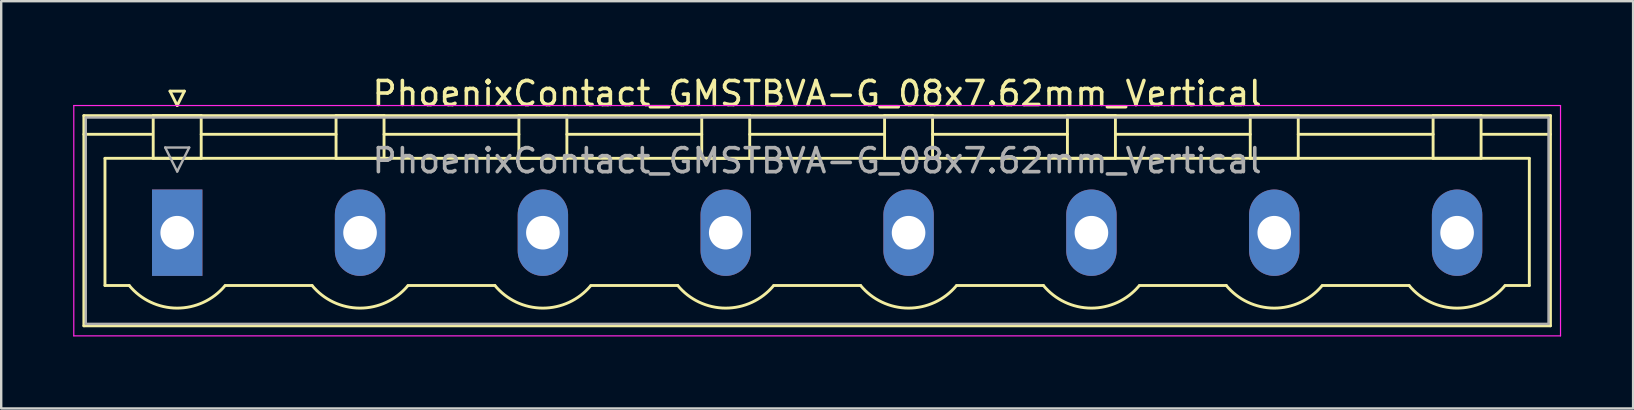
<source format=kicad_pcb>
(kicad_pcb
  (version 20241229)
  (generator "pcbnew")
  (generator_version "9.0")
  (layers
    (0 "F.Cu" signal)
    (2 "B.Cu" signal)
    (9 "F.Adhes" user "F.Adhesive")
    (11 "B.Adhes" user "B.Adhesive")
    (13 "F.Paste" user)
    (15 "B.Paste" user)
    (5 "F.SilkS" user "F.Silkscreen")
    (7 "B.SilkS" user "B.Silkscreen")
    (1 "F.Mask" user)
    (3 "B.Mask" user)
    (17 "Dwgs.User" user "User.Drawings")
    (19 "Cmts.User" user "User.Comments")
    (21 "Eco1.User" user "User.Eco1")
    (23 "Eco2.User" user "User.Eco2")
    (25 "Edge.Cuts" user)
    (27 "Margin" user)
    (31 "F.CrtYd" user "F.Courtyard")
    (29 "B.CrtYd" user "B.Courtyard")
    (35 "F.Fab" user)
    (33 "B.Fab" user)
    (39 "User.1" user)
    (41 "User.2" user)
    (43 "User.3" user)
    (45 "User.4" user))
  (footprint "PhoenixContact_GMSTBVA-G_08x7.62mm_Vertical"
    (layer "F.Cu")
    (at 4.335 6.648)
    (property "Reference" "PhoenixContact_GMSTBVA-G_08x7.62mm_Vertical" (at 26.67 -5.8 0) (layer "F.SilkS") (effects (font (size 1 1) (thickness 0.15))))
    (attr through_hole)
    (fp_line (start -3.89 -4.88) (end -3.89 3.88) (stroke (width 0.12) (type solid)) (layer "F.SilkS"))
    (fp_line (start -3.89 -4.1) (end -1.08 -4.1) (stroke (width 0.12) (type solid)) (layer "F.SilkS"))
    (fp_line (start -3.89 3.88) (end 57.23 3.88) (stroke (width 0.12) (type solid)) (layer "F.SilkS"))
    (fp_line (start -3.01 -3.1) (end 56.35 -3.1) (stroke (width 0.12) (type solid)) (layer "F.SilkS"))
    (fp_line (start -3.01 2.2) (end -3.01 -3.1) (stroke (width 0.12) (type solid)) (layer "F.SilkS"))
    (fp_line (start -2 2.2) (end -3.01 2.2) (stroke (width 0.12) (type solid)) (layer "F.SilkS"))
    (fp_line (start -1 -4.88) (end 1 -4.88) (stroke (width 0.12) (type solid)) (layer "F.SilkS"))
    (fp_line (start -1 -3.1) (end -1 -4.88) (stroke (width 0.12) (type solid)) (layer "F.SilkS"))
    (fp_line (start -0.3 -5.9) (end 0.3 -5.9) (stroke (width 0.12) (type solid)) (layer "F.SilkS"))
    (fp_line (start 0 -5.3) (end -0.3 -5.9) (stroke (width 0.12) (type solid)) (layer "F.SilkS"))
    (fp_line (start 0.3 -5.9) (end 0 -5.3) (stroke (width 0.12) (type solid)) (layer "F.SilkS"))
    (fp_line (start 1 -4.88) (end 1 -3.1) (stroke (width 0.12) (type solid)) (layer "F.SilkS"))
    (fp_line (start 1 -4.1) (end 6.62 -4.1) (stroke (width 0.12) (type solid)) (layer "F.SilkS"))
    (fp_line (start 1 -3.1) (end -1 -3.1) (stroke (width 0.12) (type solid)) (layer "F.SilkS"))
    (fp_line (start 2 2.2) (end 5.62 2.2) (stroke (width 0.12) (type solid)) (layer "F.SilkS"))
    (fp_line (start 6.62 -4.88) (end 8.62 -4.88) (stroke (width 0.12) (type solid)) (layer "F.SilkS"))
    (fp_line (start 6.62 -3.1) (end 6.62 -4.88) (stroke (width 0.12) (type solid)) (layer "F.SilkS"))
    (fp_line (start 8.62 -4.88) (end 8.62 -3.1) (stroke (width 0.12) (type solid)) (layer "F.SilkS"))
    (fp_line (start 8.62 -4.1) (end 14.24 -4.1) (stroke (width 0.12) (type solid)) (layer "F.SilkS"))
    (fp_line (start 8.62 -3.1) (end 6.62 -3.1) (stroke (width 0.12) (type solid)) (layer "F.SilkS"))
    (fp_line (start 9.62 2.2) (end 13.24 2.2) (stroke (width 0.12) (type solid)) (layer "F.SilkS"))
    (fp_line (start 14.24 -4.88) (end 16.24 -4.88) (stroke (width 0.12) (type solid)) (layer "F.SilkS"))
    (fp_line (start 14.24 -3.1) (end 14.24 -4.88) (stroke (width 0.12) (type solid)) (layer "F.SilkS"))
    (fp_line (start 16.24 -4.88) (end 16.24 -3.1) (stroke (width 0.12) (type solid)) (layer "F.SilkS"))
    (fp_line (start 16.24 -4.1) (end 21.86 -4.1) (stroke (width 0.12) (type solid)) (layer "F.SilkS"))
    (fp_line (start 16.24 -3.1) (end 14.24 -3.1) (stroke (width 0.12) (type solid)) (layer "F.SilkS"))
    (fp_line (start 17.24 2.2) (end 20.86 2.2) (stroke (width 0.12) (type solid)) (layer "F.SilkS"))
    (fp_line (start 21.86 -4.88) (end 23.86 -4.88) (stroke (width 0.12) (type solid)) (layer "F.SilkS"))
    (fp_line (start 21.86 -3.1) (end 21.86 -4.88) (stroke (width 0.12) (type solid)) (layer "F.SilkS"))
    (fp_line (start 23.86 -4.88) (end 23.86 -3.1) (stroke (width 0.12) (type solid)) (layer "F.SilkS"))
    (fp_line (start 23.86 -4.1) (end 29.48 -4.1) (stroke (width 0.12) (type solid)) (layer "F.SilkS"))
    (fp_line (start 23.86 -3.1) (end 21.86 -3.1) (stroke (width 0.12) (type solid)) (layer "F.SilkS"))
    (fp_line (start 24.86 2.2) (end 28.48 2.2) (stroke (width 0.12) (type solid)) (layer "F.SilkS"))
    (fp_line (start 29.48 -4.88) (end 31.48 -4.88) (stroke (width 0.12) (type solid)) (layer "F.SilkS"))
    (fp_line (start 29.48 -3.1) (end 29.48 -4.88) (stroke (width 0.12) (type solid)) (layer "F.SilkS"))
    (fp_line (start 31.48 -4.88) (end 31.48 -3.1) (stroke (width 0.12) (type solid)) (layer "F.SilkS"))
    (fp_line (start 31.48 -4.1) (end 37.1 -4.1) (stroke (width 0.12) (type solid)) (layer "F.SilkS"))
    (fp_line (start 31.48 -3.1) (end 29.48 -3.1) (stroke (width 0.12) (type solid)) (layer "F.SilkS"))
    (fp_line (start 32.48 2.2) (end 36.1 2.2) (stroke (width 0.12) (type solid)) (layer "F.SilkS"))
    (fp_line (start 37.1 -4.88) (end 39.1 -4.88) (stroke (width 0.12) (type solid)) (layer "F.SilkS"))
    (fp_line (start 37.1 -3.1) (end 37.1 -4.88) (stroke (width 0.12) (type solid)) (layer "F.SilkS"))
    (fp_line (start 39.1 -4.88) (end 39.1 -3.1) (stroke (width 0.12) (type solid)) (layer "F.SilkS"))
    (fp_line (start 39.1 -4.1) (end 44.72 -4.1) (stroke (width 0.12) (type solid)) (layer "F.SilkS"))
    (fp_line (start 39.1 -3.1) (end 37.1 -3.1) (stroke (width 0.12) (type solid)) (layer "F.SilkS"))
    (fp_line (start 40.1 2.2) (end 43.72 2.2) (stroke (width 0.12) (type solid)) (layer "F.SilkS"))
    (fp_line (start 44.72 -4.88) (end 46.72 -4.88) (stroke (width 0.12) (type solid)) (layer "F.SilkS"))
    (fp_line (start 44.72 -3.1) (end 44.72 -4.88) (stroke (width 0.12) (type solid)) (layer "F.SilkS"))
    (fp_line (start 46.72 -4.88) (end 46.72 -3.1) (stroke (width 0.12) (type solid)) (layer "F.SilkS"))
    (fp_line (start 46.72 -4.1) (end 52.34 -4.1) (stroke (width 0.12) (type solid)) (layer "F.SilkS"))
    (fp_line (start 46.72 -3.1) (end 44.72 -3.1) (stroke (width 0.12) (type solid)) (layer "F.SilkS"))
    (fp_line (start 47.72 2.2) (end 51.34 2.2) (stroke (width 0.12) (type solid)) (layer "F.SilkS"))
    (fp_line (start 52.34 -4.88) (end 54.34 -4.88) (stroke (width 0.12) (type solid)) (layer "F.SilkS"))
    (fp_line (start 52.34 -3.1) (end 52.34 -4.88) (stroke (width 0.12) (type solid)) (layer "F.SilkS"))
    (fp_line (start 54.34 -4.88) (end 54.34 -3.1) (stroke (width 0.12) (type solid)) (layer "F.SilkS"))
    (fp_line (start 54.34 -3.1) (end 52.34 -3.1) (stroke (width 0.12) (type solid)) (layer "F.SilkS"))
    (fp_line (start 56.35 -3.1) (end 56.35 2.2) (stroke (width 0.12) (type solid)) (layer "F.SilkS"))
    (fp_line (start 56.35 2.2) (end 55.34 2.2) (stroke (width 0.12) (type solid)) (layer "F.SilkS"))
    (fp_line (start 57.23 -4.88) (end -3.89 -4.88) (stroke (width 0.12) (type solid)) (layer "F.SilkS"))
    (fp_line (start 57.23 -4.1) (end 54.42 -4.1) (stroke (width 0.12) (type solid)) (layer "F.SilkS"))
    (fp_line (start 57.23 3.88) (end 57.23 -4.88) (stroke (width 0.12) (type solid)) (layer "F.SilkS"))
    (fp_arc (start 1.986842 2.215821) (mid -0.010289 3.142758) (end -2 2.2) (stroke (width 0.12) (type solid)) (layer "F.SilkS"))
    (fp_arc (start 9.606842 2.215821) (mid 7.609711 3.142758) (end 5.62 2.2) (stroke (width 0.12) (type solid)) (layer "F.SilkS"))
    (fp_arc (start 17.226842 2.215821) (mid 15.229711 3.142758) (end 13.24 2.2) (stroke (width 0.12) (type solid)) (layer "F.SilkS"))
    (fp_arc (start 24.846842 2.215821) (mid 22.849711 3.142758) (end 20.86 2.2) (stroke (width 0.12) (type solid)) (layer "F.SilkS"))
    (fp_arc (start 32.466842 2.215821) (mid 30.469711 3.142758) (end 28.48 2.2) (stroke (width 0.12) (type solid)) (layer "F.SilkS"))
    (fp_arc (start 40.086842 2.215821) (mid 38.089711 3.142758) (end 36.1 2.2) (stroke (width 0.12) (type solid)) (layer "F.SilkS"))
    (fp_arc (start 47.706842 2.215821) (mid 45.709711 3.142758) (end 43.72 2.2) (stroke (width 0.12) (type solid)) (layer "F.SilkS"))
    (fp_arc (start 55.326842 2.215821) (mid 53.329711 3.142758) (end 51.34 2.2) (stroke (width 0.12) (type solid)) (layer "F.SilkS"))
    (fp_line (start -4.31 -5.3) (end -4.31 4.3) (stroke (width 0.05) (type solid)) (layer "F.CrtYd"))
    (fp_line (start -4.31 4.3) (end 57.65 4.3) (stroke (width 0.05) (type solid)) (layer "F.CrtYd"))
    (fp_line (start 57.65 -5.3) (end -4.31 -5.3) (stroke (width 0.05) (type solid)) (layer "F.CrtYd"))
    (fp_line (start 57.65 4.3) (end 57.65 -5.3) (stroke (width 0.05) (type solid)) (layer "F.CrtYd"))
    (fp_line (start -3.81 -4.8) (end -3.81 3.8) (stroke (width 0.1) (type solid)) (layer "F.Fab"))
    (fp_line (start -3.81 3.8) (end 57.15 3.8) (stroke (width 0.1) (type solid)) (layer "F.Fab"))
    (fp_line (start -0.5 -3.55) (end 0.5 -3.55) (stroke (width 0.1) (type solid)) (layer "F.Fab"))
    (fp_line (start 0 -2.55) (end -0.5 -3.55) (stroke (width 0.1) (type solid)) (layer "F.Fab"))
    (fp_line (start 0.5 -3.55) (end 0 -2.55) (stroke (width 0.1) (type solid)) (layer "F.Fab"))
    (fp_line (start 57.15 -4.8) (end -3.81 -4.8) (stroke (width 0.1) (type solid)) (layer "F.Fab"))
    (fp_line (start 57.15 3.8) (end 57.15 -4.8) (stroke (width 0.1) (type solid)) (layer "F.Fab"))
    (fp_text user "${REFERENCE}" (at 26.67 -3 0) (layer "F.Fab") (effects (font (size 1 1) (thickness 0.15))))
    (pad "1" thru_hole rect (at 0 0) (size 2.1 3.6) (drill 1.4) (layers "*.Cu" "*.Mask"))
    (pad "2" thru_hole oval (at 7.62 0) (size 2.1 3.6) (drill 1.4) (layers "*.Cu" "*.Mask"))
    (pad "3" thru_hole oval (at 15.24 0) (size 2.1 3.6) (drill 1.4) (layers "*.Cu" "*.Mask"))
    (pad "4" thru_hole oval (at 22.86 0) (size 2.1 3.6) (drill 1.4) (layers "*.Cu" "*.Mask"))
    (pad "5" thru_hole oval (at 30.48 0) (size 2.1 3.6) (drill 1.4) (layers "*.Cu" "*.Mask"))
    (pad "6" thru_hole oval (at 38.1 0) (size 2.1 3.6) (drill 1.4) (layers "*.Cu" "*.Mask"))
    (pad "7" thru_hole oval (at 45.72 0) (size 2.1 3.6) (drill 1.4) (layers "*.Cu" "*.Mask"))
    (pad "8" thru_hole oval (at 53.34 0) (size 2.1 3.6) (drill 1.4) (layers "*.Cu" "*.Mask")))
  (gr_rect
    (start -3 -3)
    (end 65.01 13.973)
    (stroke (width 0.1) (type default))
    (fill no)
    (layer "Edge.Cuts")))
</source>
